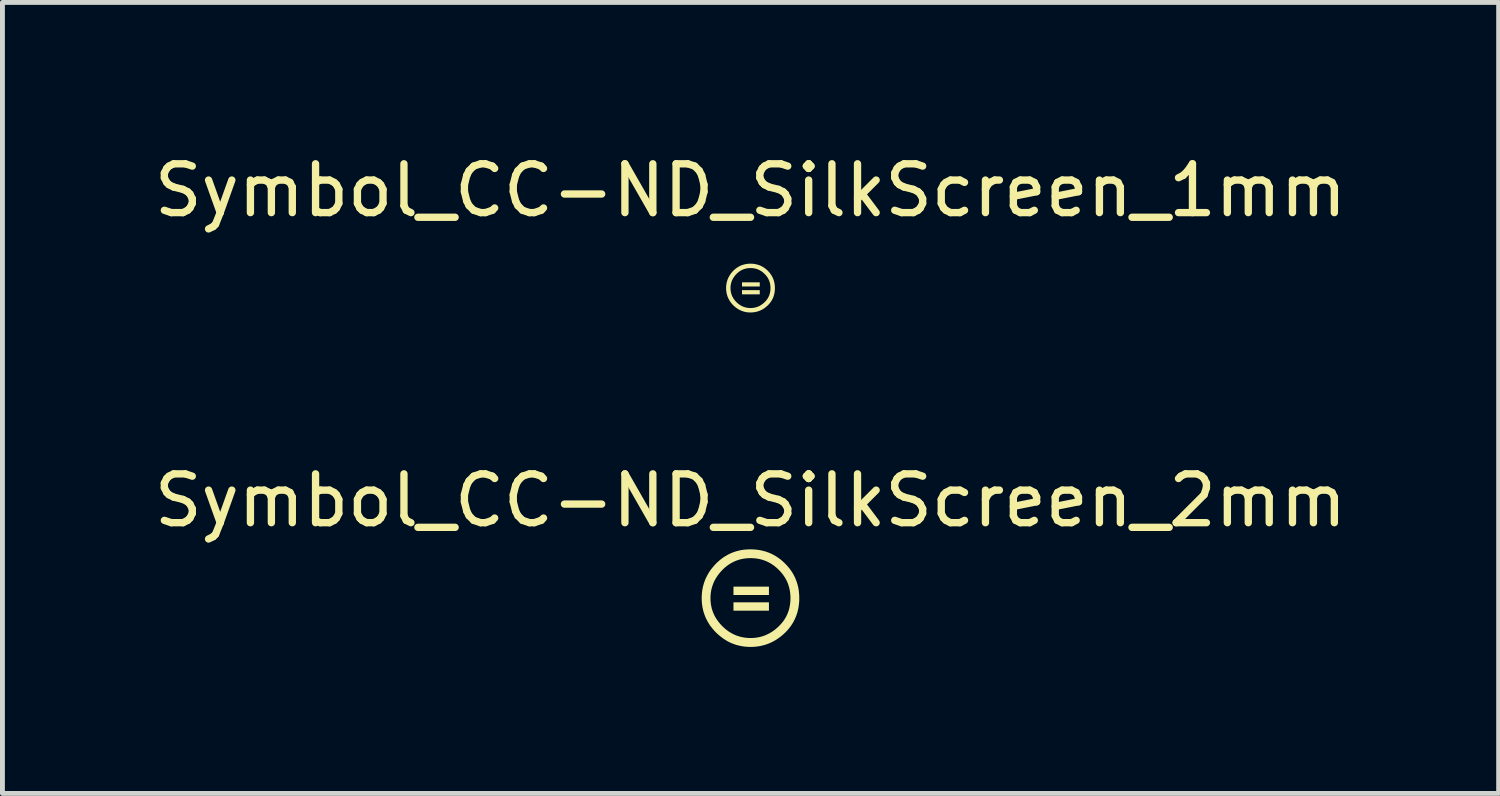
<source format=kicad_pcb>
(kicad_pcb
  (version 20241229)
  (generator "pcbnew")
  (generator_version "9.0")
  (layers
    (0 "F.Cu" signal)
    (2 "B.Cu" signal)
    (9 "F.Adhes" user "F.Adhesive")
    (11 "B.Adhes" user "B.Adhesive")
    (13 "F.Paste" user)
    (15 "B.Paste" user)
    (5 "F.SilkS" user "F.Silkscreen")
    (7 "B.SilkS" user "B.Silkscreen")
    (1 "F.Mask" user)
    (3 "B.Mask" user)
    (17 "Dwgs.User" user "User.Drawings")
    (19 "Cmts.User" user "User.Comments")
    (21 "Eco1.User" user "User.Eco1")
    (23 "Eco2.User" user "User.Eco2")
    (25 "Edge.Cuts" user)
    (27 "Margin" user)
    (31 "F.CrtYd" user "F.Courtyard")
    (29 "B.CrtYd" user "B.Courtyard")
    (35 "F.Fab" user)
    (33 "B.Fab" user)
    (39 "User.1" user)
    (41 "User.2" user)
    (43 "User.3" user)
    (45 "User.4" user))
  (footprint "Symbol_CC-ND_SilkScreen_2mm"
    (layer "F.Cu")
    (at 12.315 9.196)
    (property "Reference" "Symbol_CC-ND_SilkScreen_2mm" (at 0 -2 0) (layer "F.SilkS") (effects (font (size 1 1) (thickness 0.15))))
    (attr exclude_from_pos_files exclude_from_bom)
    (fp_poly (pts (xy 0.377 -0.236) (xy 0.377 -0.065) (xy -0.349 -0.065) (xy -0.349 -0.236) (xy 0.377 -0.236)) (stroke (width 0) (type solid)) (fill yes) (layer "F.SilkS"))
    (fp_poly (pts (xy 0.377 0.085) (xy 0.377 0.256) (xy -0.349 0.256) (xy -0.349 0.085) (xy 0.377 0.085)) (stroke (width 0) (type solid)) (fill yes) (layer "F.SilkS"))
    (fp_poly (pts (xy -0.003 -1) (xy 0.001 -0.82) (xy 0.062 -0.818) (xy 0.121 -0.812) (xy 0.179 -0.802) (xy 0.235 -0.788) (xy 0.289 -0.77) (xy 0.342 -0.748) (xy 0.393 -0.722) (xy 0.442 -0.692) (xy 0.489 -0.659) (xy 0.535 -0.621) (xy 0.579 -0.579) (xy 0.62 -0.535) (xy 0.658 -0.49) (xy 0.691 -0.443) (xy 0.721 -0.394) (xy 0.747 -0.343) (xy 0.769 -0.29) (xy 0.786 -0.236) (xy 0.8 -0.18) (xy 0.81 -0.122) (xy 0.816 -0.062) (xy 0.818 -0.001) (xy 0.816 0.061) (xy 0.81 0.12) (xy 0.8 0.178) (xy 0.787 0.234) (xy 0.769 0.288) (xy 0.748 0.34) (xy 0.723 0.39) (xy 0.693 0.439) (xy 0.66 0.485) (xy 0.623 0.529) (xy 0.582 0.572) (xy 0.537 0.614) (xy 0.489 0.653) (xy 0.441 0.687) (xy 0.391 0.717) (xy 0.339 0.743) (xy 0.286 0.766) (xy 0.232 0.784) (xy 0.176 0.798) (xy 0.119 0.808) (xy 0.061 0.814) (xy 0.001 0.816) (xy -0.059 0.814) (xy -0.118 0.808) (xy -0.175 0.798) (xy -0.231 0.784) (xy -0.285 0.766) (xy -0.337 0.744) (xy -0.388 0.718) (xy -0.438 0.688) (xy -0.486 0.654) (xy -0.532 0.616) (xy -0.577 0.574) (xy -0.619 0.529) (xy -0.657 0.483) (xy -0.691 0.435) (xy -0.722 0.386) (xy -0.748 0.335) (xy -0.77 0.283) (xy -0.788 0.229) (xy -0.802 0.174) (xy -0.812 0.117) (xy -0.818 0.059) (xy -0.82 -0.001) (xy -0.818 -0.06) (xy -0.812 -0.118) (xy -0.802 -0.175) (xy -0.787 -0.23) (xy -0.769 -0.284) (xy -0.747 -0.337) (xy -0.721 -0.388) (xy -0.69 -0.438) (xy -0.656 -0.486) (xy -0.618 -0.533) (xy -0.575 -0.579) (xy -0.532 -0.621) (xy -0.486 -0.659) (xy -0.439 -0.692) (xy -0.39 -0.722) (xy -0.339 -0.748) (xy -0.287 -0.77) (xy -0.233 -0.788) (xy -0.177 -0.802) (xy -0.119 -0.812) (xy -0.06 -0.818) (xy 0.001 -0.82) (xy -0.003 -1) (xy -0.065 -0.998) (xy -0.127 -0.993) (xy -0.186 -0.985) (xy -0.245 -0.972) (xy -0.302 -0.957) (xy -0.357 -0.938) (xy -0.411 -0.916) (xy -0.464 -0.89) (xy -0.515 -0.861) (xy -0.565 -0.828) (xy -0.613 -0.792) (xy -0.66 -0.752) (xy -0.706 -0.709) (xy -0.749 -0.662) (xy -0.789 -0.614) (xy -0.826 -0.565) (xy -0.859 -0.514) (xy -0.888 -0.462) (xy -0.915 -0.409) (xy -0.937 -0.355) (xy -0.956 -0.299) (xy -0.972 -0.242) (xy -0.984 -0.184) (xy -0.993 -0.124) (xy -0.998 -0.063) (xy -1 -0.001) (xy -0.998 0.062) (xy -0.993 0.123) (xy -0.984 0.182) (xy -0.972 0.241) (xy -0.956 0.298) (xy -0.937 0.353) (xy -0.915 0.407) (xy -0.888 0.46) (xy -0.859 0.512) (xy -0.826 0.562) (xy -0.789 0.61) (xy -0.749 0.658) (xy -0.706 0.704) (xy -0.659 0.747) (xy -0.611 0.787) (xy -0.562 0.824) (xy -0.512 0.857) (xy -0.461 0.887) (xy -0.408 0.913) (xy -0.354 0.935) (xy -0.298 0.955) (xy -0.242 0.97) (xy -0.184 0.982) (xy -0.125 0.991) (xy -0.064 0.996) (xy -0.003 0.998) (xy 0.056 0.997) (xy 0.113 0.992) (xy 0.169 0.985) (xy 0.225 0.974) (xy 0.279 0.96) (xy 0.331 0.944) (xy 0.383 0.924) (xy 0.434 0.901) (xy 0.483 0.876) (xy 0.531 0.847) (xy 0.578 0.815) (xy 0.624 0.781) (xy 0.669 0.743) (xy 0.713 0.702) (xy 0.755 0.658) (xy 0.794 0.611) (xy 0.829 0.564) (xy 0.861 0.515) (xy 0.89 0.464) (xy 0.915 0.411) (xy 0.937 0.357) (xy 0.956 0.302) (xy 0.971 0.244) (xy 0.983 0.185) (xy 0.991 0.125) (xy 0.997 0.063) (xy 0.998 -0.001) (xy 0.996 -0.065) (xy 0.991 -0.127) (xy 0.983 -0.188) (xy 0.971 -0.247) (xy 0.955 -0.304) (xy 0.936 -0.36) (xy 0.914 -0.415) (xy 0.888 -0.468) (xy 0.859 -0.519) (xy 0.826 -0.569) (xy 0.79 -0.617) (xy 0.75 -0.664) (xy 0.707 -0.709) (xy 0.662 -0.752) (xy 0.615 -0.792) (xy 0.566 -0.828) (xy 0.516 -0.861) (xy 0.465 -0.89) (xy 0.412 -0.916) (xy 0.357 -0.938) (xy 0.301 -0.957) (xy 0.243 -0.972) (xy 0.184 -0.985) (xy 0.123 -0.993) (xy 0.061 -0.998) (xy -0.003 -1)) (stroke (width 0) (type solid)) (fill yes) (layer "F.SilkS")))
  (footprint "Symbol_CC-ND_SilkScreen_1mm"
    (layer "F.Cu")
    (at 12.315 2.848)
    (property "Reference" "Symbol_CC-ND_SilkScreen_1mm" (at 0 -2 0) (layer "F.SilkS") (effects (font (size 1 1) (thickness 0.15))))
    (attr exclude_from_pos_files exclude_from_bom)
    (fp_poly (pts (xy 0.189 -0.118) (xy 0.189 -0.033) (xy -0.174 -0.033) (xy -0.174 -0.118) (xy 0.189 -0.118)) (stroke (width 0) (type solid)) (fill yes) (layer "F.SilkS"))
    (fp_poly (pts (xy 0.189 0.042) (xy 0.189 0.128) (xy -0.174 0.128) (xy -0.174 0.042) (xy 0.189 0.042)) (stroke (width 0) (type solid)) (fill yes) (layer "F.SilkS"))
    (fp_poly (pts (xy -0.001 -0.5) (xy 0.000478 -0.41) (xy 0.031 -0.409) (xy 0.061 -0.406) (xy 0.09 -0.401) (xy 0.118 -0.394) (xy 0.145 -0.385) (xy 0.171 -0.374) (xy 0.196 -0.361) (xy 0.221 -0.346) (xy 0.245 -0.329) (xy 0.267 -0.31) (xy 0.289 -0.289) (xy 0.31 -0.268) (xy 0.329 -0.245) (xy 0.346 -0.221) (xy 0.361 -0.197) (xy 0.373 -0.171) (xy 0.384 -0.145) (xy 0.393 -0.118) (xy 0.4 -0.09) (xy 0.405 -0.061) (xy 0.408 -0.031) (xy 0.409 -0.000467) (xy 0.408 0.03) (xy 0.405 0.06) (xy 0.4 0.089) (xy 0.393 0.117) (xy 0.385 0.144) (xy 0.374 0.17) (xy 0.361 0.195) (xy 0.347 0.219) (xy 0.33 0.242) (xy 0.312 0.265) (xy 0.291 0.286) (xy 0.268 0.307) (xy 0.245 0.326) (xy 0.22 0.343) (xy 0.195 0.359) (xy 0.17 0.372) (xy 0.143 0.383) (xy 0.116 0.392) (xy 0.088 0.399) (xy 0.06 0.404) (xy 0.03 0.407) (xy 0.000448 0.408) (xy -0.03 0.407) (xy -0.059 0.404) (xy -0.088 0.399) (xy -0.115 0.392) (xy -0.142 0.383) (xy -0.169 0.372) (xy -0.194 0.359) (xy -0.219 0.344) (xy -0.243 0.327) (xy -0.266 0.308) (xy -0.289 0.287) (xy -0.31 0.264) (xy -0.329 0.241) (xy -0.346 0.218) (xy -0.361 0.193) (xy -0.374 0.168) (xy -0.385 0.142) (xy -0.394 0.115) (xy -0.401 0.087) (xy -0.406 0.059) (xy -0.409 0.029) (xy -0.41 -0.000467) (xy -0.409 -0.03) (xy -0.406 -0.059) (xy -0.401 -0.087) (xy -0.394 -0.115) (xy -0.385 -0.142) (xy -0.374 -0.168) (xy -0.36 -0.194) (xy -0.345 -0.219) (xy -0.328 -0.243) (xy -0.309 -0.267) (xy -0.288 -0.289) (xy -0.266 -0.31) (xy -0.243 -0.329) (xy -0.22 -0.346) (xy -0.195 -0.361) (xy -0.17 -0.374) (xy -0.144 -0.385) (xy -0.116 -0.394) (xy -0.089 -0.401) (xy -0.06 -0.406) (xy -0.03 -0.409) (xy 0.000478 -0.41) (xy -0.001 -0.5) (xy -0.033 -0.499) (xy -0.063 -0.497) (xy -0.093 -0.492) (xy -0.122 -0.486) (xy -0.151 -0.478) (xy -0.179 -0.469) (xy -0.206 -0.458) (xy -0.232 -0.445) (xy -0.258 -0.43) (xy -0.282 -0.414) (xy -0.307 -0.396) (xy -0.33 -0.376) (xy -0.353 -0.355) (xy -0.375 -0.331) (xy -0.395 -0.307) (xy -0.413 -0.283) (xy -0.429 -0.257) (xy -0.444 -0.231) (xy -0.457 -0.205) (xy -0.469 -0.177) (xy -0.478 -0.15) (xy -0.486 -0.121) (xy -0.492 -0.092) (xy -0.497 -0.062) (xy -0.499 -0.032) (xy -0.5 -0.000436) (xy -0.499 0.031) (xy -0.497 0.061) (xy -0.492 0.091) (xy -0.486 0.12) (xy -0.478 0.149) (xy -0.469 0.177) (xy -0.457 0.204) (xy -0.444 0.23) (xy -0.429 0.256) (xy -0.413 0.281) (xy -0.395 0.305) (xy -0.375 0.329) (xy -0.353 0.352) (xy -0.33 0.374) (xy -0.306 0.394) (xy -0.281 0.412) (xy -0.256 0.429) (xy -0.23 0.443) (xy -0.204 0.456) (xy -0.177 0.468) (xy -0.149 0.477) (xy -0.121 0.485) (xy -0.092 0.491) (xy -0.062 0.496) (xy -0.032 0.498) (xy -0.001 0.499) (xy 0.028 0.498) (xy 0.057 0.496) (xy 0.085 0.492) (xy 0.112 0.487) (xy 0.139 0.48) (xy 0.166 0.472) (xy 0.192 0.462) (xy 0.217 0.451) (xy 0.241 0.438) (xy 0.266 0.424) (xy 0.289 0.408) (xy 0.312 0.39) (xy 0.334 0.371) (xy 0.356 0.351) (xy 0.377 0.329) (xy 0.397 0.306) (xy 0.415 0.282) (xy 0.431 0.257) (xy 0.445 0.232) (xy 0.458 0.206) (xy 0.469 0.179) (xy 0.478 0.151) (xy 0.486 0.122) (xy 0.491 0.093) (xy 0.496 0.062) (xy 0.498 0.031) (xy 0.499 -0.000467) (xy 0.498 -0.032) (xy 0.496 -0.063) (xy 0.491 -0.094) (xy 0.485 -0.123) (xy 0.478 -0.152) (xy 0.468 -0.18) (xy 0.457 -0.207) (xy 0.444 -0.234) (xy 0.429 -0.26) (xy 0.413 -0.284) (xy 0.395 -0.309) (xy 0.375 -0.332) (xy 0.354 -0.355) (xy 0.331 -0.376) (xy 0.307 -0.396) (xy 0.283 -0.414) (xy 0.258 -0.43) (xy 0.232 -0.445) (xy 0.206 -0.458) (xy 0.178 -0.469) (xy 0.15 -0.478) (xy 0.122 -0.486) (xy 0.092 -0.492) (xy 0.062 -0.497) (xy 0.031 -0.499) (xy -0.001 -0.5)) (stroke (width 0) (type solid)) (fill yes) (layer "F.SilkS")))
  (gr_rect
    (start -3 -3)
    (end 27.631 13.194)
    (stroke (width 0.1) (type default))
    (fill no)
    (layer "Edge.Cuts")))
</source>
